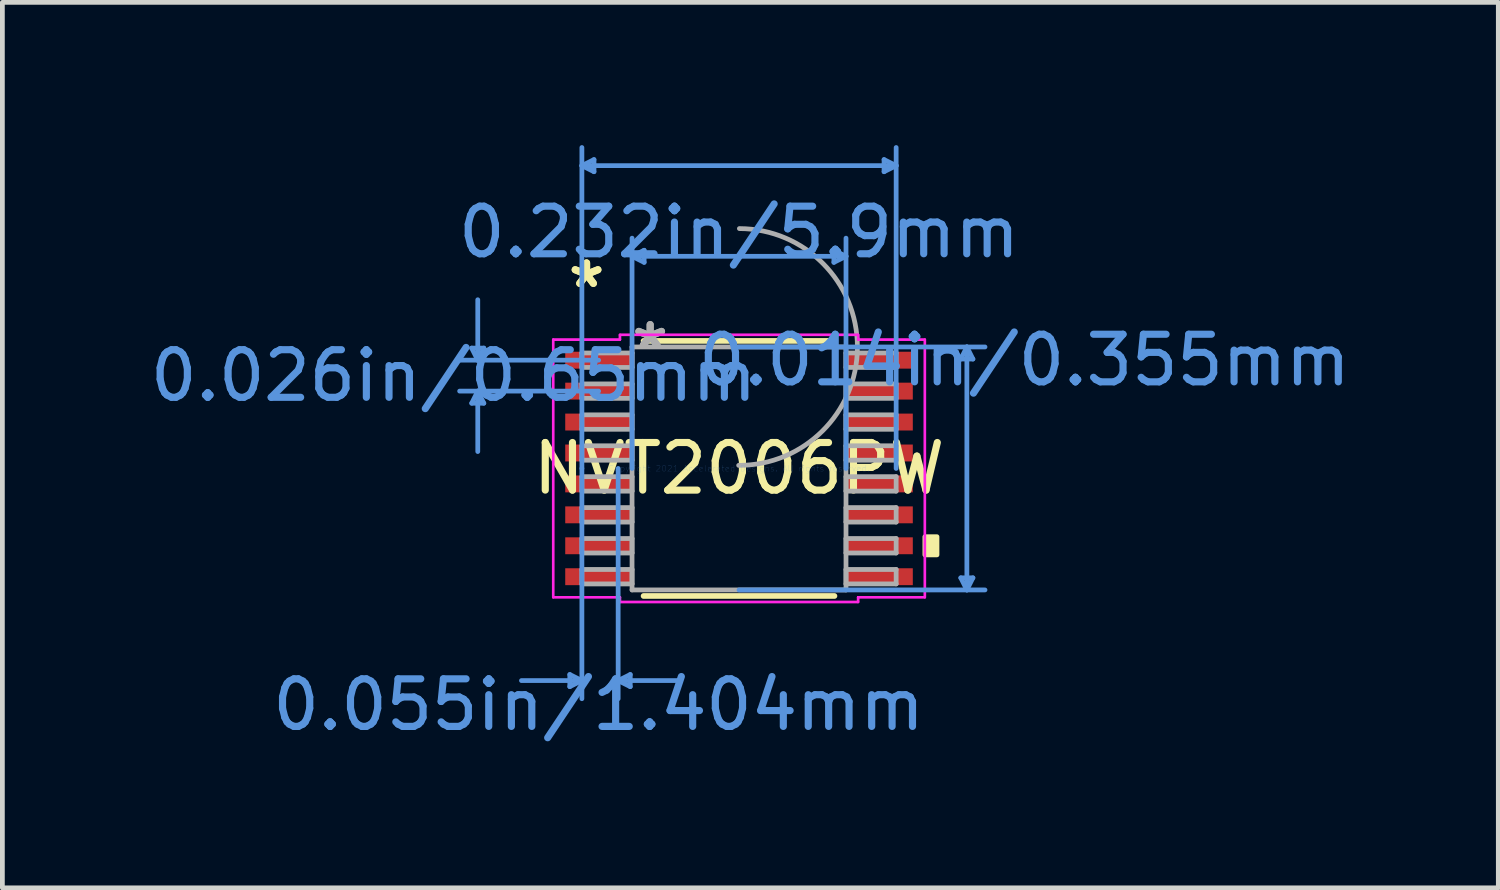
<source format=kicad_pcb>
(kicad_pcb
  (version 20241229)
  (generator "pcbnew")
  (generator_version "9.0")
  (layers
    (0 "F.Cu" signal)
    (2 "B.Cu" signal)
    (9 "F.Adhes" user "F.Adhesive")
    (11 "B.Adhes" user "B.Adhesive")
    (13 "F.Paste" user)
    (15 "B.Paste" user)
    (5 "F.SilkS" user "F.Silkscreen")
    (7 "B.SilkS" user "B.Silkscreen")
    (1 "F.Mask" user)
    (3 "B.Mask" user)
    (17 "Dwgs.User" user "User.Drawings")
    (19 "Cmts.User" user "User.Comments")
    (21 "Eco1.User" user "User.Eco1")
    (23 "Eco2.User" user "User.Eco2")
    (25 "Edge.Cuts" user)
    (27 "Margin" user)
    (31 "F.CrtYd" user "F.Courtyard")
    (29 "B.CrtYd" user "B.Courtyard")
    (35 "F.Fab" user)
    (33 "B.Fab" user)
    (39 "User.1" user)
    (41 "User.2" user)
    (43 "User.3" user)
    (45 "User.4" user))
  (footprint "NVT2006PW"
    (layer "F.Cu")
    (at 12.48 6.794)
    (property "Reference" "NVT2006PW" (at 0 0 0) (layer "F.SilkS") (effects (font (size 1 1) (thickness 0.15))))
    (attr through_hole)
    (fp_line (start -2.005 2.68) (end 2.005 2.68) (stroke (width 0.12) (type solid)) (layer "F.SilkS"))
    (fp_line (start 2.005 -2.68) (end -2.005 -2.68) (stroke (width 0.12) (type solid)) (layer "F.SilkS"))
    (fp_poly (pts (xy 4.16 1.435) (xy 4.16 1.816) (xy 3.906 1.816) (xy 3.906 1.435)) (stroke (width 0.1) (type solid)) (fill yes) (layer "F.SilkS"))
    (fp_line (start -5.617 -2.529) (end -5.363 -2.529) (stroke (width 0.1) (type solid)) (layer "Cmts.User"))
    (fp_line (start -5.617 -1.371) (end -5.363 -1.371) (stroke (width 0.1) (type solid)) (layer "Cmts.User"))
    (fp_line (start -5.49 -2.275) (end -5.617 -2.529) (stroke (width 0.1) (type solid)) (layer "Cmts.User"))
    (fp_line (start -5.49 -2.275) (end -5.49 -3.545) (stroke (width 0.1) (type solid)) (layer "Cmts.User"))
    (fp_line (start -5.49 -2.275) (end -5.363 -2.529) (stroke (width 0.1) (type solid)) (layer "Cmts.User"))
    (fp_line (start -5.49 -1.625) (end -5.617 -1.371) (stroke (width 0.1) (type solid)) (layer "Cmts.User"))
    (fp_line (start -5.49 -1.625) (end -5.49 -0.355) (stroke (width 0.1) (type solid)) (layer "Cmts.User"))
    (fp_line (start -5.49 -1.625) (end -5.363 -1.371) (stroke (width 0.1) (type solid)) (layer "Cmts.User"))
    (fp_line (start -3.556 4.331) (end -3.556 4.585) (stroke (width 0.1) (type solid)) (layer "Cmts.User"))
    (fp_line (start -3.302 -6.363) (end -3.048 -6.49) (stroke (width 0.1) (type solid)) (layer "Cmts.User"))
    (fp_line (start -3.302 -6.363) (end -3.048 -6.236) (stroke (width 0.1) (type solid)) (layer "Cmts.User"))
    (fp_line (start -3.302 -6.363) (end 3.302 -6.363) (stroke (width 0.1) (type solid)) (layer "Cmts.User"))
    (fp_line (start -3.302 0) (end -3.302 -6.744) (stroke (width 0.1) (type solid)) (layer "Cmts.User"))
    (fp_line (start -3.302 0) (end -3.302 4.839) (stroke (width 0.1) (type solid)) (layer "Cmts.User"))
    (fp_line (start -3.302 4.458) (end -4.572 4.458) (stroke (width 0.1) (type solid)) (layer "Cmts.User"))
    (fp_line (start -3.302 4.458) (end -3.556 4.331) (stroke (width 0.1) (type solid)) (layer "Cmts.User"))
    (fp_line (start -3.302 4.458) (end -3.556 4.585) (stroke (width 0.1) (type solid)) (layer "Cmts.User"))
    (fp_line (start -3.048 -6.49) (end -3.048 -6.236) (stroke (width 0.1) (type solid)) (layer "Cmts.User"))
    (fp_line (start -2.95 -2.275) (end -5.871 -2.275) (stroke (width 0.1) (type solid)) (layer "Cmts.User"))
    (fp_line (start -2.95 -1.625) (end -5.871 -1.625) (stroke (width 0.1) (type solid)) (layer "Cmts.User"))
    (fp_line (start -2.54 0) (end -2.54 4.839) (stroke (width 0.1) (type solid)) (layer "Cmts.User"))
    (fp_line (start -2.54 4.458) (end -2.286 4.331) (stroke (width 0.1) (type solid)) (layer "Cmts.User"))
    (fp_line (start -2.54 4.458) (end -2.286 4.585) (stroke (width 0.1) (type solid)) (layer "Cmts.User"))
    (fp_line (start -2.54 4.458) (end -1.27 4.458) (stroke (width 0.1) (type solid)) (layer "Cmts.User"))
    (fp_line (start -2.286 4.331) (end -2.286 4.585) (stroke (width 0.1) (type solid)) (layer "Cmts.User"))
    (fp_line (start -2.248 -4.458) (end -1.994 -4.585) (stroke (width 0.1) (type solid)) (layer "Cmts.User"))
    (fp_line (start -2.248 -4.458) (end -1.994 -4.331) (stroke (width 0.1) (type solid)) (layer "Cmts.User"))
    (fp_line (start -2.248 -4.458) (end 2.248 -4.458) (stroke (width 0.1) (type solid)) (layer "Cmts.User"))
    (fp_line (start -2.248 0) (end -2.248 -4.839) (stroke (width 0.1) (type solid)) (layer "Cmts.User"))
    (fp_line (start -1.994 -4.585) (end -1.994 -4.331) (stroke (width 0.1) (type solid)) (layer "Cmts.User"))
    (fp_line (start 0 -2.553) (end 5.169 -2.553) (stroke (width 0.1) (type solid)) (layer "Cmts.User"))
    (fp_line (start 0 2.553) (end 5.169 2.553) (stroke (width 0.1) (type solid)) (layer "Cmts.User"))
    (fp_line (start 1.994 -4.585) (end 1.994 -4.331) (stroke (width 0.1) (type solid)) (layer "Cmts.User"))
    (fp_line (start 2.248 -4.458) (end 1.994 -4.585) (stroke (width 0.1) (type solid)) (layer "Cmts.User"))
    (fp_line (start 2.248 -4.458) (end 1.994 -4.331) (stroke (width 0.1) (type solid)) (layer "Cmts.User"))
    (fp_line (start 2.248 0) (end 2.248 -4.839) (stroke (width 0.1) (type solid)) (layer "Cmts.User"))
    (fp_line (start 3.048 -6.49) (end 3.048 -6.236) (stroke (width 0.1) (type solid)) (layer "Cmts.User"))
    (fp_line (start 3.302 -6.363) (end 3.048 -6.49) (stroke (width 0.1) (type solid)) (layer "Cmts.User"))
    (fp_line (start 3.302 -6.363) (end 3.048 -6.236) (stroke (width 0.1) (type solid)) (layer "Cmts.User"))
    (fp_line (start 3.302 0) (end 3.302 -6.744) (stroke (width 0.1) (type solid)) (layer "Cmts.User"))
    (fp_line (start 4.661 -2.299) (end 4.915 -2.299) (stroke (width 0.1) (type solid)) (layer "Cmts.User"))
    (fp_line (start 4.661 2.299) (end 4.915 2.299) (stroke (width 0.1) (type solid)) (layer "Cmts.User"))
    (fp_line (start 4.788 -2.553) (end 4.661 -2.299) (stroke (width 0.1) (type solid)) (layer "Cmts.User"))
    (fp_line (start 4.788 -2.553) (end 4.788 2.553) (stroke (width 0.1) (type solid)) (layer "Cmts.User"))
    (fp_line (start 4.788 -2.553) (end 4.915 -2.299) (stroke (width 0.1) (type solid)) (layer "Cmts.User"))
    (fp_line (start 4.788 2.553) (end 4.661 2.299) (stroke (width 0.1) (type solid)) (layer "Cmts.User"))
    (fp_line (start 4.788 2.553) (end 4.915 2.299) (stroke (width 0.1) (type solid)) (layer "Cmts.User"))
    (fp_line (start -3.906 -2.706) (end -2.502 -2.706) (stroke (width 0.05) (type solid)) (layer "F.CrtYd"))
    (fp_line (start -3.906 -2.706) (end -2.502 -2.706) (stroke (width 0.05) (type solid)) (layer "F.CrtYd"))
    (fp_line (start -3.906 2.706) (end -3.906 -2.706) (stroke (width 0.05) (type solid)) (layer "F.CrtYd"))
    (fp_line (start -3.906 2.706) (end -3.906 -2.706) (stroke (width 0.05) (type solid)) (layer "F.CrtYd"))
    (fp_line (start -3.906 2.706) (end -2.502 2.706) (stroke (width 0.05) (type solid)) (layer "F.CrtYd"))
    (fp_line (start -2.502 -2.807) (end 2.502 -2.807) (stroke (width 0.05) (type solid)) (layer "F.CrtYd"))
    (fp_line (start -2.502 -2.807) (end 2.502 -2.807) (stroke (width 0.05) (type solid)) (layer "F.CrtYd"))
    (fp_line (start -2.502 -2.706) (end -2.502 -2.807) (stroke (width 0.05) (type solid)) (layer "F.CrtYd"))
    (fp_line (start -2.502 -2.706) (end -2.502 -2.807) (stroke (width 0.05) (type solid)) (layer "F.CrtYd"))
    (fp_line (start -2.502 2.706) (end -3.906 2.706) (stroke (width 0.05) (type solid)) (layer "F.CrtYd"))
    (fp_line (start -2.502 2.807) (end -2.502 2.706) (stroke (width 0.05) (type solid)) (layer "F.CrtYd"))
    (fp_line (start -2.502 2.807) (end -2.502 2.706) (stroke (width 0.05) (type solid)) (layer "F.CrtYd"))
    (fp_line (start 2.502 -2.807) (end 2.502 -2.706) (stroke (width 0.05) (type solid)) (layer "F.CrtYd"))
    (fp_line (start 2.502 -2.807) (end 2.502 -2.706) (stroke (width 0.05) (type solid)) (layer "F.CrtYd"))
    (fp_line (start 2.502 -2.706) (end 3.906 -2.706) (stroke (width 0.05) (type solid)) (layer "F.CrtYd"))
    (fp_line (start 2.502 2.706) (end 2.502 2.807) (stroke (width 0.05) (type solid)) (layer "F.CrtYd"))
    (fp_line (start 2.502 2.706) (end 2.502 2.807) (stroke (width 0.05) (type solid)) (layer "F.CrtYd"))
    (fp_line (start 2.502 2.807) (end -2.502 2.807) (stroke (width 0.05) (type solid)) (layer "F.CrtYd"))
    (fp_line (start 2.502 2.807) (end -2.502 2.807) (stroke (width 0.05) (type solid)) (layer "F.CrtYd"))
    (fp_line (start 3.906 -2.706) (end 2.502 -2.706) (stroke (width 0.05) (type solid)) (layer "F.CrtYd"))
    (fp_line (start 3.906 -2.706) (end 3.906 2.706) (stroke (width 0.05) (type solid)) (layer "F.CrtYd"))
    (fp_line (start 3.906 -2.706) (end 3.906 2.706) (stroke (width 0.05) (type solid)) (layer "F.CrtYd"))
    (fp_line (start 3.906 2.706) (end 2.502 2.706) (stroke (width 0.05) (type solid)) (layer "F.CrtYd"))
    (fp_line (start 3.906 2.706) (end 2.502 2.706) (stroke (width 0.05) (type solid)) (layer "F.CrtYd"))
    (fp_line (start -3.302 -2.427) (end -3.302 -2.123) (stroke (width 0.1) (type solid)) (layer "F.Fab"))
    (fp_line (start -3.302 -2.123) (end -2.248 -2.123) (stroke (width 0.1) (type solid)) (layer "F.Fab"))
    (fp_line (start -3.302 -1.777) (end -3.302 -1.473) (stroke (width 0.1) (type solid)) (layer "F.Fab"))
    (fp_line (start -3.302 -1.473) (end -2.248 -1.473) (stroke (width 0.1) (type solid)) (layer "F.Fab"))
    (fp_line (start -3.302 -1.127) (end -3.302 -0.823) (stroke (width 0.1) (type solid)) (layer "F.Fab"))
    (fp_line (start -3.302 -0.823) (end -2.248 -0.823) (stroke (width 0.1) (type solid)) (layer "F.Fab"))
    (fp_line (start -3.302 -0.477) (end -3.302 -0.173) (stroke (width 0.1) (type solid)) (layer "F.Fab"))
    (fp_line (start -3.302 -0.173) (end -2.248 -0.173) (stroke (width 0.1) (type solid)) (layer "F.Fab"))
    (fp_line (start -3.302 0.173) (end -3.302 0.477) (stroke (width 0.1) (type solid)) (layer "F.Fab"))
    (fp_line (start -3.302 0.477) (end -2.248 0.477) (stroke (width 0.1) (type solid)) (layer "F.Fab"))
    (fp_line (start -3.302 0.823) (end -3.302 1.127) (stroke (width 0.1) (type solid)) (layer "F.Fab"))
    (fp_line (start -3.302 1.127) (end -2.248 1.127) (stroke (width 0.1) (type solid)) (layer "F.Fab"))
    (fp_line (start -3.302 1.473) (end -3.302 1.777) (stroke (width 0.1) (type solid)) (layer "F.Fab"))
    (fp_line (start -3.302 1.777) (end -2.248 1.777) (stroke (width 0.1) (type solid)) (layer "F.Fab"))
    (fp_line (start -3.302 2.123) (end -3.302 2.427) (stroke (width 0.1) (type solid)) (layer "F.Fab"))
    (fp_line (start -3.302 2.427) (end -2.248 2.427) (stroke (width 0.1) (type solid)) (layer "F.Fab"))
    (fp_line (start -2.248 -2.553) (end -2.248 2.553) (stroke (width 0.1) (type solid)) (layer "F.Fab"))
    (fp_line (start -2.248 -2.427) (end -3.302 -2.427) (stroke (width 0.1) (type solid)) (layer "F.Fab"))
    (fp_line (start -2.248 -2.123) (end -2.248 -2.427) (stroke (width 0.1) (type solid)) (layer "F.Fab"))
    (fp_line (start -2.248 -1.777) (end -3.302 -1.777) (stroke (width 0.1) (type solid)) (layer "F.Fab"))
    (fp_line (start -2.248 -1.473) (end -2.248 -1.777) (stroke (width 0.1) (type solid)) (layer "F.Fab"))
    (fp_line (start -2.248 -1.127) (end -3.302 -1.127) (stroke (width 0.1) (type solid)) (layer "F.Fab"))
    (fp_line (start -2.248 -0.823) (end -2.248 -1.127) (stroke (width 0.1) (type solid)) (layer "F.Fab"))
    (fp_line (start -2.248 -0.477) (end -3.302 -0.477) (stroke (width 0.1) (type solid)) (layer "F.Fab"))
    (fp_line (start -2.248 -0.173) (end -2.248 -0.477) (stroke (width 0.1) (type solid)) (layer "F.Fab"))
    (fp_line (start -2.248 0.173) (end -3.302 0.173) (stroke (width 0.1) (type solid)) (layer "F.Fab"))
    (fp_line (start -2.248 0.477) (end -2.248 0.173) (stroke (width 0.1) (type solid)) (layer "F.Fab"))
    (fp_line (start -2.248 0.823) (end -3.302 0.823) (stroke (width 0.1) (type solid)) (layer "F.Fab"))
    (fp_line (start -2.248 1.127) (end -2.248 0.823) (stroke (width 0.1) (type solid)) (layer "F.Fab"))
    (fp_line (start -2.248 1.473) (end -3.302 1.473) (stroke (width 0.1) (type solid)) (layer "F.Fab"))
    (fp_line (start -2.248 1.777) (end -2.248 1.473) (stroke (width 0.1) (type solid)) (layer "F.Fab"))
    (fp_line (start -2.248 2.123) (end -3.302 2.123) (stroke (width 0.1) (type solid)) (layer "F.Fab"))
    (fp_line (start -2.248 2.427) (end -2.248 2.123) (stroke (width 0.1) (type solid)) (layer "F.Fab"))
    (fp_line (start -2.248 2.553) (end 2.248 2.553) (stroke (width 0.1) (type solid)) (layer "F.Fab"))
    (fp_line (start 2.248 -2.553) (end -2.248 -2.553) (stroke (width 0.1) (type solid)) (layer "F.Fab"))
    (fp_line (start 2.248 -2.427) (end 2.248 -2.123) (stroke (width 0.1) (type solid)) (layer "F.Fab"))
    (fp_line (start 2.248 -2.123) (end 3.302 -2.123) (stroke (width 0.1) (type solid)) (layer "F.Fab"))
    (fp_line (start 2.248 -1.777) (end 2.248 -1.473) (stroke (width 0.1) (type solid)) (layer "F.Fab"))
    (fp_line (start 2.248 -1.473) (end 3.302 -1.473) (stroke (width 0.1) (type solid)) (layer "F.Fab"))
    (fp_line (start 2.248 -1.127) (end 2.248 -0.823) (stroke (width 0.1) (type solid)) (layer "F.Fab"))
    (fp_line (start 2.248 -0.823) (end 3.302 -0.823) (stroke (width 0.1) (type solid)) (layer "F.Fab"))
    (fp_line (start 2.248 -0.477) (end 2.248 -0.173) (stroke (width 0.1) (type solid)) (layer "F.Fab"))
    (fp_line (start 2.248 -0.173) (end 3.302 -0.173) (stroke (width 0.1) (type solid)) (layer "F.Fab"))
    (fp_line (start 2.248 0.173) (end 2.248 0.477) (stroke (width 0.1) (type solid)) (layer "F.Fab"))
    (fp_line (start 2.248 0.477) (end 3.302 0.477) (stroke (width 0.1) (type solid)) (layer "F.Fab"))
    (fp_line (start 2.248 0.823) (end 2.248 1.127) (stroke (width 0.1) (type solid)) (layer "F.Fab"))
    (fp_line (start 2.248 1.127) (end 3.302 1.127) (stroke (width 0.1) (type solid)) (layer "F.Fab"))
    (fp_line (start 2.248 1.473) (end 2.248 1.777) (stroke (width 0.1) (type solid)) (layer "F.Fab"))
    (fp_line (start 2.248 1.777) (end 3.302 1.777) (stroke (width 0.1) (type solid)) (layer "F.Fab"))
    (fp_line (start 2.248 2.123) (end 2.248 2.427) (stroke (width 0.1) (type solid)) (layer "F.Fab"))
    (fp_line (start 2.248 2.427) (end 3.302 2.427) (stroke (width 0.1) (type solid)) (layer "F.Fab"))
    (fp_line (start 2.248 2.553) (end 2.248 -2.553) (stroke (width 0.1) (type solid)) (layer "F.Fab"))
    (fp_line (start 3.302 -2.427) (end 2.248 -2.427) (stroke (width 0.1) (type solid)) (layer "F.Fab"))
    (fp_line (start 3.302 -2.123) (end 3.302 -2.427) (stroke (width 0.1) (type solid)) (layer "F.Fab"))
    (fp_line (start 3.302 -1.777) (end 2.248 -1.777) (stroke (width 0.1) (type solid)) (layer "F.Fab"))
    (fp_line (start 3.302 -1.473) (end 3.302 -1.777) (stroke (width 0.1) (type solid)) (layer "F.Fab"))
    (fp_line (start 3.302 -1.127) (end 2.248 -1.127) (stroke (width 0.1) (type solid)) (layer "F.Fab"))
    (fp_line (start 3.302 -0.823) (end 3.302 -1.127) (stroke (width 0.1) (type solid)) (layer "F.Fab"))
    (fp_line (start 3.302 -0.477) (end 2.248 -0.477) (stroke (width 0.1) (type solid)) (layer "F.Fab"))
    (fp_line (start 3.302 -0.173) (end 3.302 -0.477) (stroke (width 0.1) (type solid)) (layer "F.Fab"))
    (fp_line (start 3.302 0.173) (end 2.248 0.173) (stroke (width 0.1) (type solid)) (layer "F.Fab"))
    (fp_line (start 3.302 0.477) (end 3.302 0.173) (stroke (width 0.1) (type solid)) (layer "F.Fab"))
    (fp_line (start 3.302 0.823) (end 2.248 0.823) (stroke (width 0.1) (type solid)) (layer "F.Fab"))
    (fp_line (start 3.302 1.127) (end 3.302 0.823) (stroke (width 0.1) (type solid)) (layer "F.Fab"))
    (fp_line (start 3.302 1.473) (end 2.248 1.473) (stroke (width 0.1) (type solid)) (layer "F.Fab"))
    (fp_line (start 3.302 1.777) (end 3.302 1.473) (stroke (width 0.1) (type solid)) (layer "F.Fab"))
    (fp_line (start 3.302 2.123) (end 2.248 2.123) (stroke (width 0.1) (type solid)) (layer "F.Fab"))
    (fp_line (start 3.302 2.427) (end 3.302 2.123) (stroke (width 0.1) (type solid)) (layer "F.Fab"))
    (fp_arc (start 0.007742 -5.040561) (mid 2.487861 -2.544958) (end -0.007742 -0.064839) (stroke (width 0.1) (type solid)) (layer "F.Fab"))
    (fp_text user "*" (at -3.204 -3.773 0) (layer "F.SilkS") (effects (font (size 1 1) (thickness 0.15))))
    (fp_text user "*" (at -3.204 -3.773 0) (layer "F.SilkS") (effects (font (size 1 1) (thickness 0.15))))
    (fp_text user "0.055in/1.404mm" (at -2.95 4.966 0) (layer "Cmts.User") (effects (font (size 1 1) (thickness 0.15))))
    (fp_text user "0.026in/0.65mm" (at -5.998 -1.95 0) (layer "Cmts.User") (effects (font (size 1 1) (thickness 0.15))))
    (fp_text user "Copyright 2021 Accelerated Designs. All rights reserved." (at 0 0 0) (layer "Cmts.User") (effects (font (size 0.127 0.127) (thickness 0.002))))
    (fp_text user "0.232in/5.9mm" (at 0 -4.966 0) (layer "Cmts.User") (effects (font (size 1 1) (thickness 0.15))))
    (fp_text user "0.014in/0.355mm" (at 5.998 -2.275 0) (layer "Cmts.User") (effects (font (size 1 1) (thickness 0.15))))
    (fp_text user "*" (at -1.867 -2.477 0) (layer "F.Fab") (effects (font (size 1 1) (thickness 0.15))))
    (fp_text user "*" (at -1.867 -2.477 0) (layer "F.Fab") (effects (font (size 1 1) (thickness 0.15))))
    (pad "1" smd rect (at -2.95 -2.275) (size 1.404 0.355) (layers "F.Cu" "F.Mask" "F.Paste"))
    (pad "2" smd rect (at -2.95 -1.625) (size 1.404 0.355) (layers "F.Cu" "F.Mask" "F.Paste"))
    (pad "3" smd rect (at -2.95 -0.975) (size 1.404 0.355) (layers "F.Cu" "F.Mask" "F.Paste"))
    (pad "4" smd rect (at -2.95 -0.325) (size 1.404 0.355) (layers "F.Cu" "F.Mask" "F.Paste"))
    (pad "5" smd rect (at -2.95 0.325) (size 1.404 0.355) (layers "F.Cu" "F.Mask" "F.Paste"))
    (pad "6" smd rect (at -2.95 0.975) (size 1.404 0.355) (layers "F.Cu" "F.Mask" "F.Paste"))
    (pad "7" smd rect (at -2.95 1.625) (size 1.404 0.355) (layers "F.Cu" "F.Mask" "F.Paste"))
    (pad "8" smd rect (at -2.95 2.275) (size 1.404 0.355) (layers "F.Cu" "F.Mask" "F.Paste"))
    (pad "9" smd rect (at 2.95 2.275) (size 1.404 0.355) (layers "F.Cu" "F.Mask" "F.Paste"))
    (pad "10" smd rect (at 2.95 1.625) (size 1.404 0.355) (layers "F.Cu" "F.Mask" "F.Paste"))
    (pad "11" smd rect (at 2.95 0.975) (size 1.404 0.355) (layers "F.Cu" "F.Mask" "F.Paste"))
    (pad "12" smd rect (at 2.95 0.325) (size 1.404 0.355) (layers "F.Cu" "F.Mask" "F.Paste"))
    (pad "13" smd rect (at 2.95 -0.325) (size 1.404 0.355) (layers "F.Cu" "F.Mask" "F.Paste"))
    (pad "14" smd rect (at 2.95 -0.975) (size 1.404 0.355) (layers "F.Cu" "F.Mask" "F.Paste"))
    (pad "15" smd rect (at 2.95 -1.625) (size 1.404 0.355) (layers "F.Cu" "F.Mask" "F.Paste"))
    (pad "16" smd rect (at 2.95 -2.275) (size 1.404 0.355) (layers "F.Cu" "F.Mask" "F.Paste")))
  (gr_rect
    (start -3 -3)
    (end 28.436 15.608)
    (stroke (width 0.1) (type default))
    (fill no)
    (layer "Edge.Cuts")))
</source>
